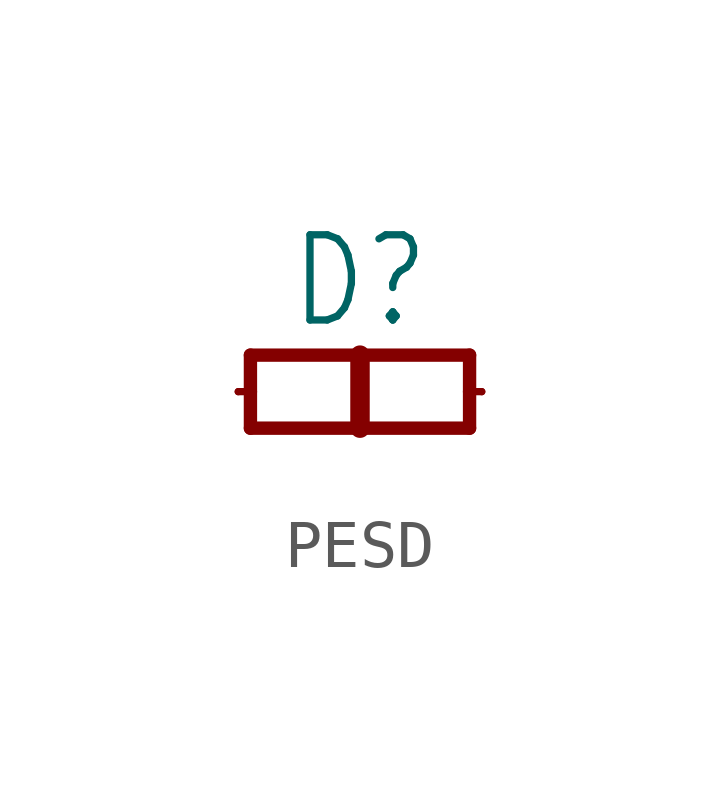
<source format=kicad_sym>
(kicad_symbol_lib
  (version 20231120)
  (generator "kicad_symbol_editor")
  (generator_version "8.0")
  (symbol "PESD"
    (property "Reference" "D"
      (at 0 1.27 0)
      (effects (font (size 1.778 1.511)) (justify bottom)))
    (property "Value" ""
      (at 0 -1.27 0)
      (effects (font (size 1.778 1.511)) (justify top)))
    (property "ki_locked" ""
      (at 0 0 0)
      (effects (font (size 1.27 1.27))))
    (symbol "PESD_1_0"
      (polyline (pts (xy -2.54 0) (xy -2.286 0)) (stroke (width 0.152) (type solid)) (fill (type none)))
      (polyline (pts (xy -2.286 -0.762) (xy -2.286 0)) (stroke (width 0.279) (type solid)) (fill (type none)))
      (polyline (pts (xy -2.286 -0.762) (xy 0 -0.762)) (stroke (width 0.279) (type solid)) (fill (type none)))
      (polyline (pts (xy -2.286 0) (xy -2.286 0.762)) (stroke (width 0.279) (type solid)) (fill (type none)))
      (polyline (pts (xy -2.286 0.762) (xy 0 0.762)) (stroke (width 0.279) (type solid)) (fill (type none)))
      (polyline (pts (xy 0 -0.762) (xy 2.286 -0.762)) (stroke (width 0.279) (type solid)) (fill (type none)))
      (polyline (pts (xy 0 0.762) (xy 0 -0.762)) (stroke (width 0.406) (type solid)) (fill (type none)))
      (polyline (pts (xy 0 0.762) (xy 2.286 0.762)) (stroke (width 0.279) (type solid)) (fill (type none)))
      (polyline (pts (xy 2.286 0) (xy 2.286 -0.762)) (stroke (width 0.279) (type solid)) (fill (type none)))
      (polyline (pts (xy 2.286 0) (xy 2.54 0)) (stroke (width 0.152) (type solid)) (fill (type none)))
      (polyline (pts (xy 2.286 0.762) (xy 2.286 0)) (stroke (width 0.279) (type solid)) (fill (type none)))
      (pin passive line (at -2.54 0 0) (length 0) (name "1" (effects (font (size 0 0)))) (number "1" (effects (font (size 0 0)))))
      (pin passive line (at 2.54 0 180) (length 0) (name "2" (effects (font (size 0 0)))) (number "2" (effects (font (size 0 0))))))))
</source>
